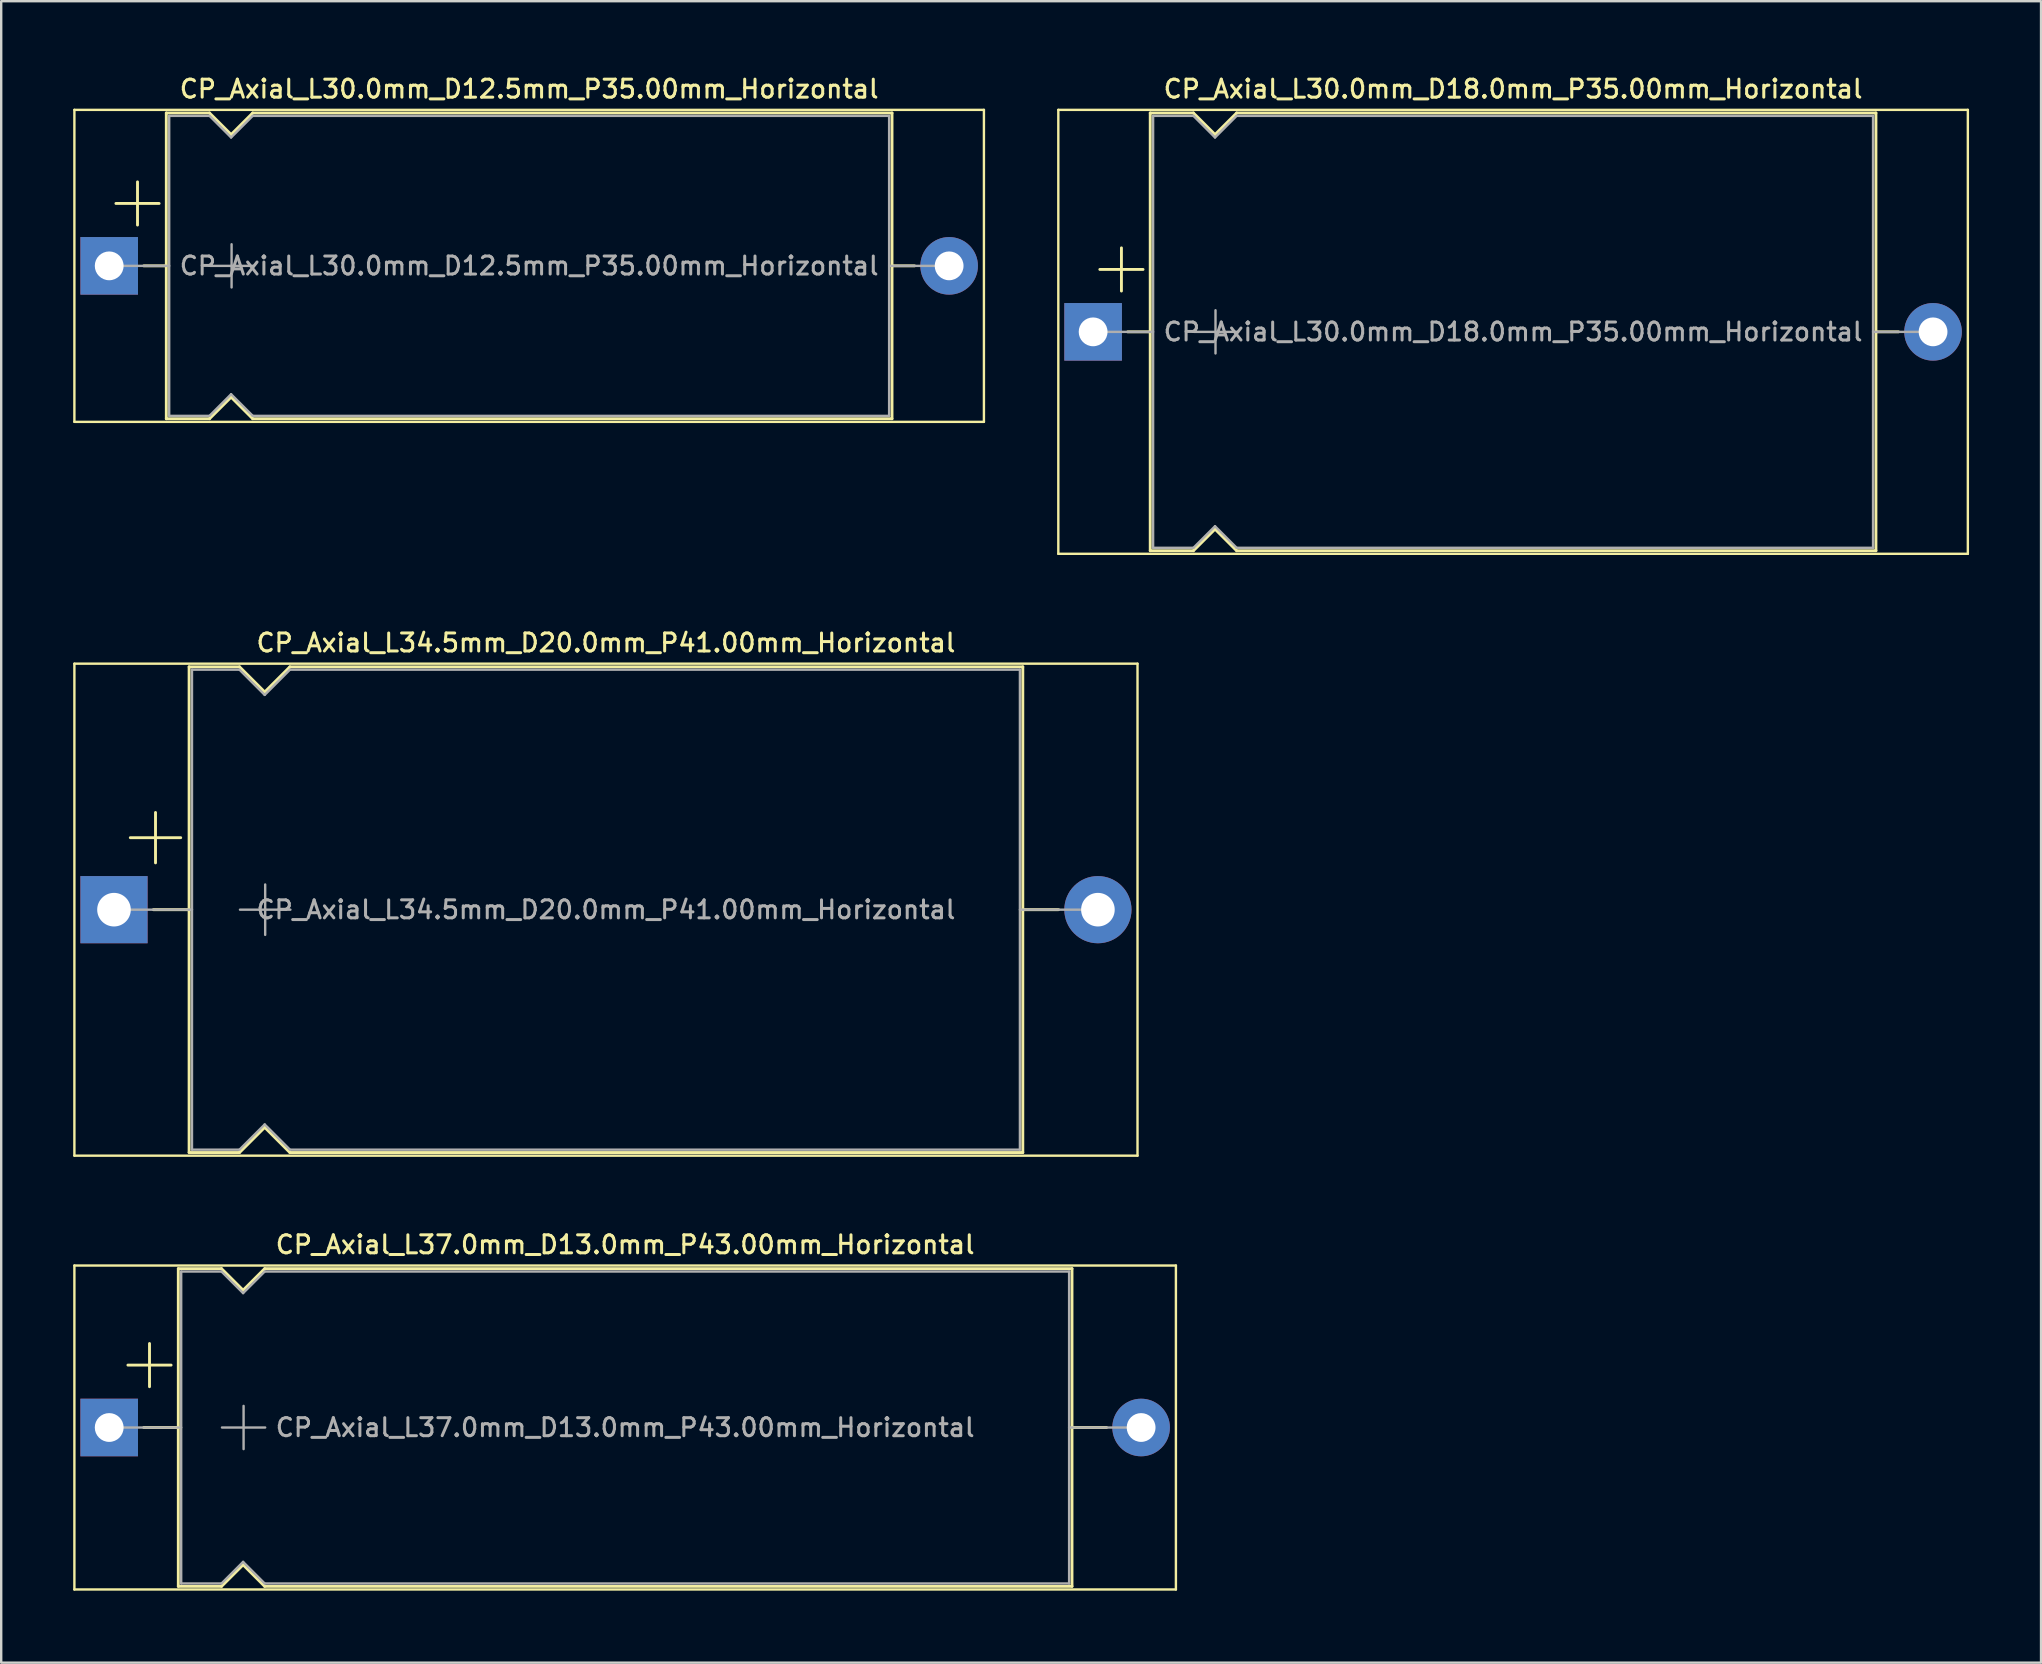
<source format=kicad_pcb>
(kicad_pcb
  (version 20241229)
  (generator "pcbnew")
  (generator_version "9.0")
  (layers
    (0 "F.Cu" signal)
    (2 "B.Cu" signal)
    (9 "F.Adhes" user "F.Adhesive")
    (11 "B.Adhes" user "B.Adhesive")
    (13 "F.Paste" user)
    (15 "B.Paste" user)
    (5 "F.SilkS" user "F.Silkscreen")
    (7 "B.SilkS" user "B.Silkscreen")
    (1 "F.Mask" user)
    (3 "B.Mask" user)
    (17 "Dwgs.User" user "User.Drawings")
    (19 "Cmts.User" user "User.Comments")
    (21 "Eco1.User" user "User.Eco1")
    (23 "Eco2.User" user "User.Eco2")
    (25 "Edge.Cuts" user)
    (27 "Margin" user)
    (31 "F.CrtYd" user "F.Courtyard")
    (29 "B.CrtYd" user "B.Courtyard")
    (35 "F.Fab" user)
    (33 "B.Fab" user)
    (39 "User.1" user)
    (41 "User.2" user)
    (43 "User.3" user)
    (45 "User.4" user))
  (footprint "CP_Axial_L37.0mm_D13.0mm_P43.00mm_Horizontal"
    (layer "F.Cu")
    (at 1.5 56.434)
    (property "Reference" "CP_Axial_L37.0mm_D13.0mm_P43.00mm_Horizontal" (at 21.5 -7.62 0) (layer "F.SilkS") (effects (font (size 0.75 0.75) (thickness 0.125))))
    (attr through_hole)
    (fp_line (start -1.45 -6.75) (end -1.45 6.75) (stroke (width 0.1) (type solid)) (layer "F.SilkS"))
    (fp_line (start -1.45 6.75) (end 44.45 6.75) (stroke (width 0.1) (type solid)) (layer "F.SilkS"))
    (fp_line (start 0.78 -2.6) (end 2.58 -2.6) (stroke (width 0.12) (type solid)) (layer "F.SilkS"))
    (fp_line (start 1.44 0) (end 2.88 0) (stroke (width 0.12) (type solid)) (layer "F.SilkS"))
    (fp_line (start 1.68 -3.5) (end 1.68 -1.7) (stroke (width 0.12) (type solid)) (layer "F.SilkS"))
    (fp_line (start 2.88 -6.62) (end 2.88 6.62) (stroke (width 0.12) (type solid)) (layer "F.SilkS"))
    (fp_line (start 2.88 -6.62) (end 4.68 -6.62) (stroke (width 0.12) (type solid)) (layer "F.SilkS"))
    (fp_line (start 2.88 6.62) (end 4.68 6.62) (stroke (width 0.12) (type solid)) (layer "F.SilkS"))
    (fp_line (start 4.68 -6.62) (end 5.58 -5.72) (stroke (width 0.12) (type solid)) (layer "F.SilkS"))
    (fp_line (start 4.68 6.62) (end 5.58 5.72) (stroke (width 0.12) (type solid)) (layer "F.SilkS"))
    (fp_line (start 5.58 -5.72) (end 6.48 -6.62) (stroke (width 0.12) (type solid)) (layer "F.SilkS"))
    (fp_line (start 5.58 5.72) (end 6.48 6.62) (stroke (width 0.12) (type solid)) (layer "F.SilkS"))
    (fp_line (start 6.48 -6.62) (end 40.12 -6.62) (stroke (width 0.12) (type solid)) (layer "F.SilkS"))
    (fp_line (start 6.48 6.62) (end 40.12 6.62) (stroke (width 0.12) (type solid)) (layer "F.SilkS"))
    (fp_line (start 40.12 -6.62) (end 40.12 6.62) (stroke (width 0.12) (type solid)) (layer "F.SilkS"))
    (fp_line (start 41.56 0) (end 40.12 0) (stroke (width 0.12) (type solid)) (layer "F.SilkS"))
    (fp_line (start 44.45 -6.75) (end -1.45 -6.75) (stroke (width 0.1) (type solid)) (layer "F.SilkS"))
    (fp_line (start 44.45 6.75) (end 44.45 -6.75) (stroke (width 0.1) (type solid)) (layer "F.SilkS"))
    (fp_line (start 0 0) (end 3 0) (stroke (width 0.1) (type solid)) (layer "F.Fab"))
    (fp_line (start 3 -6.5) (end 3 6.5) (stroke (width 0.1) (type solid)) (layer "F.Fab"))
    (fp_line (start 3 -6.5) (end 4.68 -6.5) (stroke (width 0.1) (type solid)) (layer "F.Fab"))
    (fp_line (start 3 6.5) (end 4.68 6.5) (stroke (width 0.1) (type solid)) (layer "F.Fab"))
    (fp_line (start 4.68 -6.5) (end 5.58 -5.6) (stroke (width 0.1) (type solid)) (layer "F.Fab"))
    (fp_line (start 4.68 6.5) (end 5.58 5.6) (stroke (width 0.1) (type solid)) (layer "F.Fab"))
    (fp_line (start 4.7 0) (end 6.5 0) (stroke (width 0.1) (type solid)) (layer "F.Fab"))
    (fp_line (start 5.58 -5.6) (end 6.48 -6.5) (stroke (width 0.1) (type solid)) (layer "F.Fab"))
    (fp_line (start 5.58 5.6) (end 6.48 6.5) (stroke (width 0.1) (type solid)) (layer "F.Fab"))
    (fp_line (start 5.6 -0.9) (end 5.6 0.9) (stroke (width 0.1) (type solid)) (layer "F.Fab"))
    (fp_line (start 6.48 -6.5) (end 40 -6.5) (stroke (width 0.1) (type solid)) (layer "F.Fab"))
    (fp_line (start 6.48 6.5) (end 40 6.5) (stroke (width 0.1) (type solid)) (layer "F.Fab"))
    (fp_line (start 40 -6.5) (end 40 6.5) (stroke (width 0.1) (type solid)) (layer "F.Fab"))
    (fp_line (start 43 0) (end 40 0) (stroke (width 0.1) (type solid)) (layer "F.Fab"))
    (fp_text user "${REFERENCE}" (at 21.5 0 0) (layer "F.Fab") (effects (font (size 0.75 0.75) (thickness 0.125))))
    (pad "1" thru_hole rect (at 0 0) (size 2.4 2.4) (drill 1.2) (layers "*.Cu" "*.Mask"))
    (pad "2" thru_hole oval (at 43 0) (size 2.4 2.4) (drill 1.2) (layers "*.Cu" "*.Mask")))
  (footprint "CP_Axial_L34.5mm_D20.0mm_P41.00mm_Horizontal"
    (layer "F.Cu")
    (at 1.7 34.856)
    (property "Reference" "CP_Axial_L34.5mm_D20.0mm_P41.00mm_Horizontal" (at 20.5 -11.12 0) (layer "F.SilkS") (effects (font (size 0.75 0.75) (thickness 0.125))))
    (attr through_hole)
    (fp_line (start -1.65 -10.25) (end -1.65 10.25) (stroke (width 0.1) (type solid)) (layer "F.SilkS"))
    (fp_line (start -1.65 10.25) (end 42.65 10.25) (stroke (width 0.1) (type solid)) (layer "F.SilkS"))
    (fp_line (start 0.68 -3) (end 2.78 -3) (stroke (width 0.12) (type solid)) (layer "F.SilkS"))
    (fp_line (start 1.64 0) (end 3.13 0) (stroke (width 0.12) (type solid)) (layer "F.SilkS"))
    (fp_line (start 1.73 -4.05) (end 1.73 -1.95) (stroke (width 0.12) (type solid)) (layer "F.SilkS"))
    (fp_line (start 3.13 -10.12) (end 3.13 10.12) (stroke (width 0.12) (type solid)) (layer "F.SilkS"))
    (fp_line (start 3.13 -10.12) (end 5.23 -10.12) (stroke (width 0.12) (type solid)) (layer "F.SilkS"))
    (fp_line (start 3.13 10.12) (end 5.23 10.12) (stroke (width 0.12) (type solid)) (layer "F.SilkS"))
    (fp_line (start 5.23 -10.12) (end 6.28 -9.07) (stroke (width 0.12) (type solid)) (layer "F.SilkS"))
    (fp_line (start 5.23 10.12) (end 6.28 9.07) (stroke (width 0.12) (type solid)) (layer "F.SilkS"))
    (fp_line (start 6.28 -9.07) (end 7.33 -10.12) (stroke (width 0.12) (type solid)) (layer "F.SilkS"))
    (fp_line (start 6.28 9.07) (end 7.33 10.12) (stroke (width 0.12) (type solid)) (layer "F.SilkS"))
    (fp_line (start 7.33 -10.12) (end 37.87 -10.12) (stroke (width 0.12) (type solid)) (layer "F.SilkS"))
    (fp_line (start 7.33 10.12) (end 37.87 10.12) (stroke (width 0.12) (type solid)) (layer "F.SilkS"))
    (fp_line (start 37.87 -10.12) (end 37.87 10.12) (stroke (width 0.12) (type solid)) (layer "F.SilkS"))
    (fp_line (start 39.36 0) (end 37.87 0) (stroke (width 0.12) (type solid)) (layer "F.SilkS"))
    (fp_line (start 42.65 -10.25) (end -1.65 -10.25) (stroke (width 0.1) (type solid)) (layer "F.SilkS"))
    (fp_line (start 42.65 10.25) (end 42.65 -10.25) (stroke (width 0.1) (type solid)) (layer "F.SilkS"))
    (fp_line (start 0 0) (end 3.25 0) (stroke (width 0.1) (type solid)) (layer "F.Fab"))
    (fp_line (start 3.25 -10) (end 3.25 10) (stroke (width 0.1) (type solid)) (layer "F.Fab"))
    (fp_line (start 3.25 -10) (end 5.23 -10) (stroke (width 0.1) (type solid)) (layer "F.Fab"))
    (fp_line (start 3.25 10) (end 5.23 10) (stroke (width 0.1) (type solid)) (layer "F.Fab"))
    (fp_line (start 5.23 -10) (end 6.28 -8.95) (stroke (width 0.1) (type solid)) (layer "F.Fab"))
    (fp_line (start 5.23 10) (end 6.28 8.95) (stroke (width 0.1) (type solid)) (layer "F.Fab"))
    (fp_line (start 5.25 0) (end 7.35 0) (stroke (width 0.1) (type solid)) (layer "F.Fab"))
    (fp_line (start 6.28 -8.95) (end 7.33 -10) (stroke (width 0.1) (type solid)) (layer "F.Fab"))
    (fp_line (start 6.28 8.95) (end 7.33 10) (stroke (width 0.1) (type solid)) (layer "F.Fab"))
    (fp_line (start 6.3 -1.05) (end 6.3 1.05) (stroke (width 0.1) (type solid)) (layer "F.Fab"))
    (fp_line (start 7.33 -10) (end 37.75 -10) (stroke (width 0.1) (type solid)) (layer "F.Fab"))
    (fp_line (start 7.33 10) (end 37.75 10) (stroke (width 0.1) (type solid)) (layer "F.Fab"))
    (fp_line (start 37.75 -10) (end 37.75 10) (stroke (width 0.1) (type solid)) (layer "F.Fab"))
    (fp_line (start 41 0) (end 37.75 0) (stroke (width 0.1) (type solid)) (layer "F.Fab"))
    (fp_text user "${REFERENCE}" (at 20.5 0 0) (layer "F.Fab") (effects (font (size 0.75 0.75) (thickness 0.125))))
    (pad "1" thru_hole rect (at 0 0) (size 2.8 2.8) (drill 1.4) (layers "*.Cu" "*.Mask"))
    (pad "2" thru_hole oval (at 41 0) (size 2.8 2.8) (drill 1.4) (layers "*.Cu" "*.Mask")))
  (footprint "CP_Axial_L30.0mm_D12.5mm_P35.00mm_Horizontal"
    (layer "F.Cu")
    (at 1.5 8.028)
    (property "Reference" "CP_Axial_L30.0mm_D12.5mm_P35.00mm_Horizontal" (at 17.5 -7.37 0) (layer "F.SilkS") (effects (font (size 0.75 0.75) (thickness 0.125))))
    (attr through_hole)
    (fp_line (start -1.45 -6.5) (end -1.45 6.5) (stroke (width 0.1) (type solid)) (layer "F.SilkS"))
    (fp_line (start -1.45 6.5) (end 36.45 6.5) (stroke (width 0.1) (type solid)) (layer "F.SilkS"))
    (fp_line (start 0.28 -2.6) (end 2.08 -2.6) (stroke (width 0.12) (type solid)) (layer "F.SilkS"))
    (fp_line (start 1.18 -3.5) (end 1.18 -1.7) (stroke (width 0.12) (type solid)) (layer "F.SilkS"))
    (fp_line (start 1.44 0) (end 2.38 0) (stroke (width 0.12) (type solid)) (layer "F.SilkS"))
    (fp_line (start 2.38 -6.37) (end 2.38 6.37) (stroke (width 0.12) (type solid)) (layer "F.SilkS"))
    (fp_line (start 2.38 -6.37) (end 4.18 -6.37) (stroke (width 0.12) (type solid)) (layer "F.SilkS"))
    (fp_line (start 2.38 6.37) (end 4.18 6.37) (stroke (width 0.12) (type solid)) (layer "F.SilkS"))
    (fp_line (start 4.18 -6.37) (end 5.08 -5.47) (stroke (width 0.12) (type solid)) (layer "F.SilkS"))
    (fp_line (start 4.18 6.37) (end 5.08 5.47) (stroke (width 0.12) (type solid)) (layer "F.SilkS"))
    (fp_line (start 5.08 -5.47) (end 5.98 -6.37) (stroke (width 0.12) (type solid)) (layer "F.SilkS"))
    (fp_line (start 5.08 5.47) (end 5.98 6.37) (stroke (width 0.12) (type solid)) (layer "F.SilkS"))
    (fp_line (start 5.98 -6.37) (end 32.62 -6.37) (stroke (width 0.12) (type solid)) (layer "F.SilkS"))
    (fp_line (start 5.98 6.37) (end 32.62 6.37) (stroke (width 0.12) (type solid)) (layer "F.SilkS"))
    (fp_line (start 32.62 -6.37) (end 32.62 6.37) (stroke (width 0.12) (type solid)) (layer "F.SilkS"))
    (fp_line (start 33.56 0) (end 32.62 0) (stroke (width 0.12) (type solid)) (layer "F.SilkS"))
    (fp_line (start 36.45 -6.5) (end -1.45 -6.5) (stroke (width 0.1) (type solid)) (layer "F.SilkS"))
    (fp_line (start 36.45 6.5) (end 36.45 -6.5) (stroke (width 0.1) (type solid)) (layer "F.SilkS"))
    (fp_line (start 0 0) (end 2.5 0) (stroke (width 0.1) (type solid)) (layer "F.Fab"))
    (fp_line (start 2.5 -6.25) (end 2.5 6.25) (stroke (width 0.1) (type solid)) (layer "F.Fab"))
    (fp_line (start 2.5 -6.25) (end 4.18 -6.25) (stroke (width 0.1) (type solid)) (layer "F.Fab"))
    (fp_line (start 2.5 6.25) (end 4.18 6.25) (stroke (width 0.1) (type solid)) (layer "F.Fab"))
    (fp_line (start 4.18 -6.25) (end 5.08 -5.35) (stroke (width 0.1) (type solid)) (layer "F.Fab"))
    (fp_line (start 4.18 6.25) (end 5.08 5.35) (stroke (width 0.1) (type solid)) (layer "F.Fab"))
    (fp_line (start 4.2 0) (end 6 0) (stroke (width 0.1) (type solid)) (layer "F.Fab"))
    (fp_line (start 5.08 -5.35) (end 5.98 -6.25) (stroke (width 0.1) (type solid)) (layer "F.Fab"))
    (fp_line (start 5.08 5.35) (end 5.98 6.25) (stroke (width 0.1) (type solid)) (layer "F.Fab"))
    (fp_line (start 5.1 -0.9) (end 5.1 0.9) (stroke (width 0.1) (type solid)) (layer "F.Fab"))
    (fp_line (start 5.98 -6.25) (end 32.5 -6.25) (stroke (width 0.1) (type solid)) (layer "F.Fab"))
    (fp_line (start 5.98 6.25) (end 32.5 6.25) (stroke (width 0.1) (type solid)) (layer "F.Fab"))
    (fp_line (start 32.5 -6.25) (end 32.5 6.25) (stroke (width 0.1) (type solid)) (layer "F.Fab"))
    (fp_line (start 35 0) (end 32.5 0) (stroke (width 0.1) (type solid)) (layer "F.Fab"))
    (fp_text user "${REFERENCE}" (at 17.5 0 0) (layer "F.Fab") (effects (font (size 0.75 0.75) (thickness 0.125))))
    (pad "1" thru_hole rect (at 0 0) (size 2.4 2.4) (drill 1.2) (layers "*.Cu" "*.Mask"))
    (pad "2" thru_hole oval (at 35 0) (size 2.4 2.4) (drill 1.2) (layers "*.Cu" "*.Mask")))
  (footprint "CP_Axial_L30.0mm_D18.0mm_P35.00mm_Horizontal"
    (layer "F.Cu")
    (at 42.5 10.778)
    (property "Reference" "CP_Axial_L30.0mm_D18.0mm_P35.00mm_Horizontal" (at 17.5 -10.12 0) (layer "F.SilkS") (effects (font (size 0.75 0.75) (thickness 0.125))))
    (attr through_hole)
    (fp_line (start -1.45 -9.25) (end -1.45 9.25) (stroke (width 0.1) (type solid)) (layer "F.SilkS"))
    (fp_line (start -1.45 9.25) (end 36.45 9.25) (stroke (width 0.1) (type solid)) (layer "F.SilkS"))
    (fp_line (start 0.28 -2.6) (end 2.08 -2.6) (stroke (width 0.12) (type solid)) (layer "F.SilkS"))
    (fp_line (start 1.18 -3.5) (end 1.18 -1.7) (stroke (width 0.12) (type solid)) (layer "F.SilkS"))
    (fp_line (start 1.44 0) (end 2.38 0) (stroke (width 0.12) (type solid)) (layer "F.SilkS"))
    (fp_line (start 2.38 -9.12) (end 2.38 9.12) (stroke (width 0.12) (type solid)) (layer "F.SilkS"))
    (fp_line (start 2.38 -9.12) (end 4.18 -9.12) (stroke (width 0.12) (type solid)) (layer "F.SilkS"))
    (fp_line (start 2.38 9.12) (end 4.18 9.12) (stroke (width 0.12) (type solid)) (layer "F.SilkS"))
    (fp_line (start 4.18 -9.12) (end 5.08 -8.22) (stroke (width 0.12) (type solid)) (layer "F.SilkS"))
    (fp_line (start 4.18 9.12) (end 5.08 8.22) (stroke (width 0.12) (type solid)) (layer "F.SilkS"))
    (fp_line (start 5.08 -8.22) (end 5.98 -9.12) (stroke (width 0.12) (type solid)) (layer "F.SilkS"))
    (fp_line (start 5.08 8.22) (end 5.98 9.12) (stroke (width 0.12) (type solid)) (layer "F.SilkS"))
    (fp_line (start 5.98 -9.12) (end 32.62 -9.12) (stroke (width 0.12) (type solid)) (layer "F.SilkS"))
    (fp_line (start 5.98 9.12) (end 32.62 9.12) (stroke (width 0.12) (type solid)) (layer "F.SilkS"))
    (fp_line (start 32.62 -9.12) (end 32.62 9.12) (stroke (width 0.12) (type solid)) (layer "F.SilkS"))
    (fp_line (start 33.56 0) (end 32.62 0) (stroke (width 0.12) (type solid)) (layer "F.SilkS"))
    (fp_line (start 36.45 -9.25) (end -1.45 -9.25) (stroke (width 0.1) (type solid)) (layer "F.SilkS"))
    (fp_line (start 36.45 9.25) (end 36.45 -9.25) (stroke (width 0.1) (type solid)) (layer "F.SilkS"))
    (fp_line (start 0 0) (end 2.5 0) (stroke (width 0.1) (type solid)) (layer "F.Fab"))
    (fp_line (start 2.5 -9) (end 2.5 9) (stroke (width 0.1) (type solid)) (layer "F.Fab"))
    (fp_line (start 2.5 -9) (end 4.18 -9) (stroke (width 0.1) (type solid)) (layer "F.Fab"))
    (fp_line (start 2.5 9) (end 4.18 9) (stroke (width 0.1) (type solid)) (layer "F.Fab"))
    (fp_line (start 4.18 -9) (end 5.08 -8.1) (stroke (width 0.1) (type solid)) (layer "F.Fab"))
    (fp_line (start 4.18 9) (end 5.08 8.1) (stroke (width 0.1) (type solid)) (layer "F.Fab"))
    (fp_line (start 4.2 0) (end 6 0) (stroke (width 0.1) (type solid)) (layer "F.Fab"))
    (fp_line (start 5.08 -8.1) (end 5.98 -9) (stroke (width 0.1) (type solid)) (layer "F.Fab"))
    (fp_line (start 5.08 8.1) (end 5.98 9) (stroke (width 0.1) (type solid)) (layer "F.Fab"))
    (fp_line (start 5.1 -0.9) (end 5.1 0.9) (stroke (width 0.1) (type solid)) (layer "F.Fab"))
    (fp_line (start 5.98 -9) (end 32.5 -9) (stroke (width 0.1) (type solid)) (layer "F.Fab"))
    (fp_line (start 5.98 9) (end 32.5 9) (stroke (width 0.1) (type solid)) (layer "F.Fab"))
    (fp_line (start 32.5 -9) (end 32.5 9) (stroke (width 0.1) (type solid)) (layer "F.Fab"))
    (fp_line (start 35 0) (end 32.5 0) (stroke (width 0.1) (type solid)) (layer "F.Fab"))
    (fp_text user "${REFERENCE}" (at 17.5 0 0) (layer "F.Fab") (effects (font (size 0.75 0.75) (thickness 0.125))))
    (pad "1" thru_hole rect (at 0 0) (size 2.4 2.4) (drill 1.2) (layers "*.Cu" "*.Mask"))
    (pad "2" thru_hole oval (at 35 0) (size 2.4 2.4) (drill 1.2) (layers "*.Cu" "*.Mask")))
  (gr_rect
    (start -3 -3)
    (end 82 66.234)
    (stroke (width 0.1) (type default))
    (fill no)
    (layer "Edge.Cuts")))
</source>
